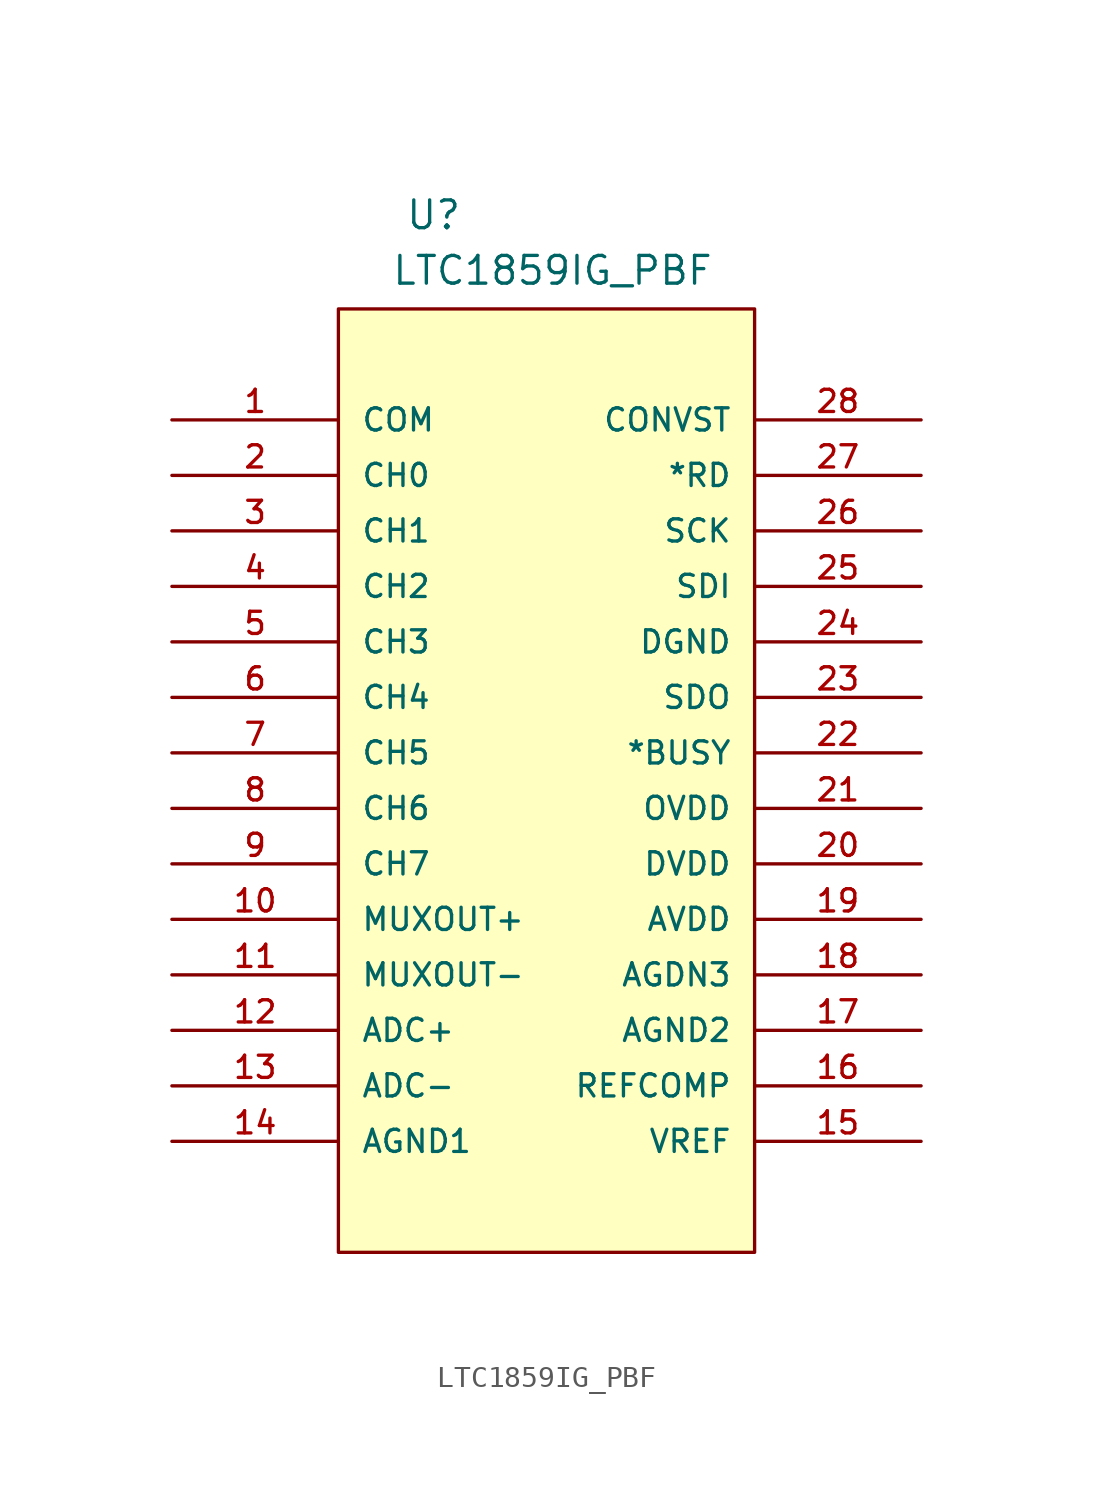
<source format=kicad_sym>
(kicad_symbol_lib
  (version 20241209)
  (generator "kicad_symbol_editor")
  (generator_version "9.0")
  (symbol "LTC1859IG_PBF"
    (pin_names
      (offset 1.016))
    (property "Reference" "U"
      (at 10.668 8.636 0)
      (effects (font (size 1.27 1.27)) (justify left bottom)))
    (property "Value" "LTC1859IG_PBF"
      (at 10.033 6.096 0)
      (effects (font (size 1.27 1.27)) (justify left bottom)))
    (symbol "LTC1859IG_PBF_0_0"
      (pin input line (at 0 0 0) (length 7.62) (name "COM" (effects (font (size 1.016 1.016)))) (number "1" (effects (font (size 1.016 1.016)))))
      (pin input line (at 0 -2.54 0) (length 7.62) (name "CH0" (effects (font (size 1.016 1.016)))) (number "2" (effects (font (size 1.016 1.016)))))
      (pin input line (at 0 -5.08 0) (length 7.62) (name "CH1" (effects (font (size 1.016 1.016)))) (number "3" (effects (font (size 1.016 1.016)))))
      (pin input line (at 0 -7.62 0) (length 7.62) (name "CH2" (effects (font (size 1.016 1.016)))) (number "4" (effects (font (size 1.016 1.016)))))
      (pin input line (at 0 -10.16 0) (length 7.62) (name "CH3" (effects (font (size 1.016 1.016)))) (number "5" (effects (font (size 1.016 1.016)))))
      (pin input line (at 0 -12.7 0) (length 7.62) (name "CH4" (effects (font (size 1.016 1.016)))) (number "6" (effects (font (size 1.016 1.016)))))
      (pin input line (at 0 -15.24 0) (length 7.62) (name "CH5" (effects (font (size 1.016 1.016)))) (number "7" (effects (font (size 1.016 1.016)))))
      (pin input line (at 0 -17.78 0) (length 7.62) (name "CH6" (effects (font (size 1.016 1.016)))) (number "8" (effects (font (size 1.016 1.016)))))
      (pin input line (at 0 -20.32 0) (length 7.62) (name "CH7" (effects (font (size 1.016 1.016)))) (number "9" (effects (font (size 1.016 1.016)))))
      (pin output line (at 0 -22.86 0) (length 7.62) (name "MUXOUT+" (effects (font (size 1.016 1.016)))) (number "10" (effects (font (size 1.016 1.016)))))
      (pin output line (at 0 -25.4 0) (length 7.62) (name "MUXOUT-" (effects (font (size 1.016 1.016)))) (number "11" (effects (font (size 1.016 1.016)))))
      (pin input line (at 0 -27.94 0) (length 7.62) (name "ADC+" (effects (font (size 1.016 1.016)))) (number "12" (effects (font (size 1.016 1.016)))))
      (pin input line (at 0 -30.48 0) (length 7.62) (name "ADC-" (effects (font (size 1.016 1.016)))) (number "13" (effects (font (size 1.016 1.016)))))
      (pin power_in line (at 0 -33.02 0) (length 7.62) (name "AGND1" (effects (font (size 1.016 1.016)))) (number "14" (effects (font (size 1.016 1.016)))))
      (pin passive line (at 34.29 0 180) (length 7.62) (name "CONVST" (effects (font (size 1.016 1.016)))) (number "28" (effects (font (size 1.016 1.016)))))
      (pin input line (at 34.29 -2.54 180) (length 7.62) (name "*RD" (effects (font (size 1.016 1.016)))) (number "27" (effects (font (size 1.016 1.016)))))
      (pin passive line (at 34.29 -5.08 180) (length 7.62) (name "SCK" (effects (font (size 1.016 1.016)))) (number "26" (effects (font (size 1.016 1.016)))))
      (pin input line (at 34.29 -7.62 180) (length 7.62) (name "SDI" (effects (font (size 1.016 1.016)))) (number "25" (effects (font (size 1.016 1.016)))))
      (pin power_in line (at 34.29 -10.16 180) (length 7.62) (name "DGND" (effects (font (size 1.016 1.016)))) (number "24" (effects (font (size 1.016 1.016)))))
      (pin output line (at 34.29 -12.7 180) (length 7.62) (name "SDO" (effects (font (size 1.016 1.016)))) (number "23" (effects (font (size 1.016 1.016)))))
      (pin output line (at 34.29 -15.24 180) (length 7.62) (name "*BUSY" (effects (font (size 1.016 1.016)))) (number "22" (effects (font (size 1.016 1.016)))))
      (pin power_in line (at 34.29 -17.78 180) (length 7.62) (name "OVDD" (effects (font (size 1.016 1.016)))) (number "21" (effects (font (size 1.016 1.016)))))
      (pin power_in line (at 34.29 -20.32 180) (length 7.62) (name "DVDD" (effects (font (size 1.016 1.016)))) (number "20" (effects (font (size 1.016 1.016)))))
      (pin power_in line (at 34.29 -22.86 180) (length 7.62) (name "AVDD" (effects (font (size 1.016 1.016)))) (number "19" (effects (font (size 1.016 1.016)))))
      (pin power_in line (at 34.29 -25.4 180) (length 7.62) (name "AGDN3" (effects (font (size 1.016 1.016)))) (number "18" (effects (font (size 1.016 1.016)))))
      (pin power_in line (at 34.29 -27.94 180) (length 7.62) (name "AGND2" (effects (font (size 1.016 1.016)))) (number "17" (effects (font (size 1.016 1.016)))))
      (pin output line (at 34.29 -30.48 180) (length 7.62) (name "REFCOMP" (effects (font (size 1.016 1.016)))) (number "16" (effects (font (size 1.016 1.016))))))
    (symbol "LTC1859IG_PBF_1_0"
      (rectangle (start 7.62 5.08) (end 26.67 -38.1) (stroke (width 0) (type solid)) (fill (type background)))
      (pin bidirectional line (at 34.29 -33.02 180) (length 7.62) (name "VREF" (effects (font (size 1.016 1.016)))) (number "15" (effects (font (size 1.016 1.016))))))))
</source>
